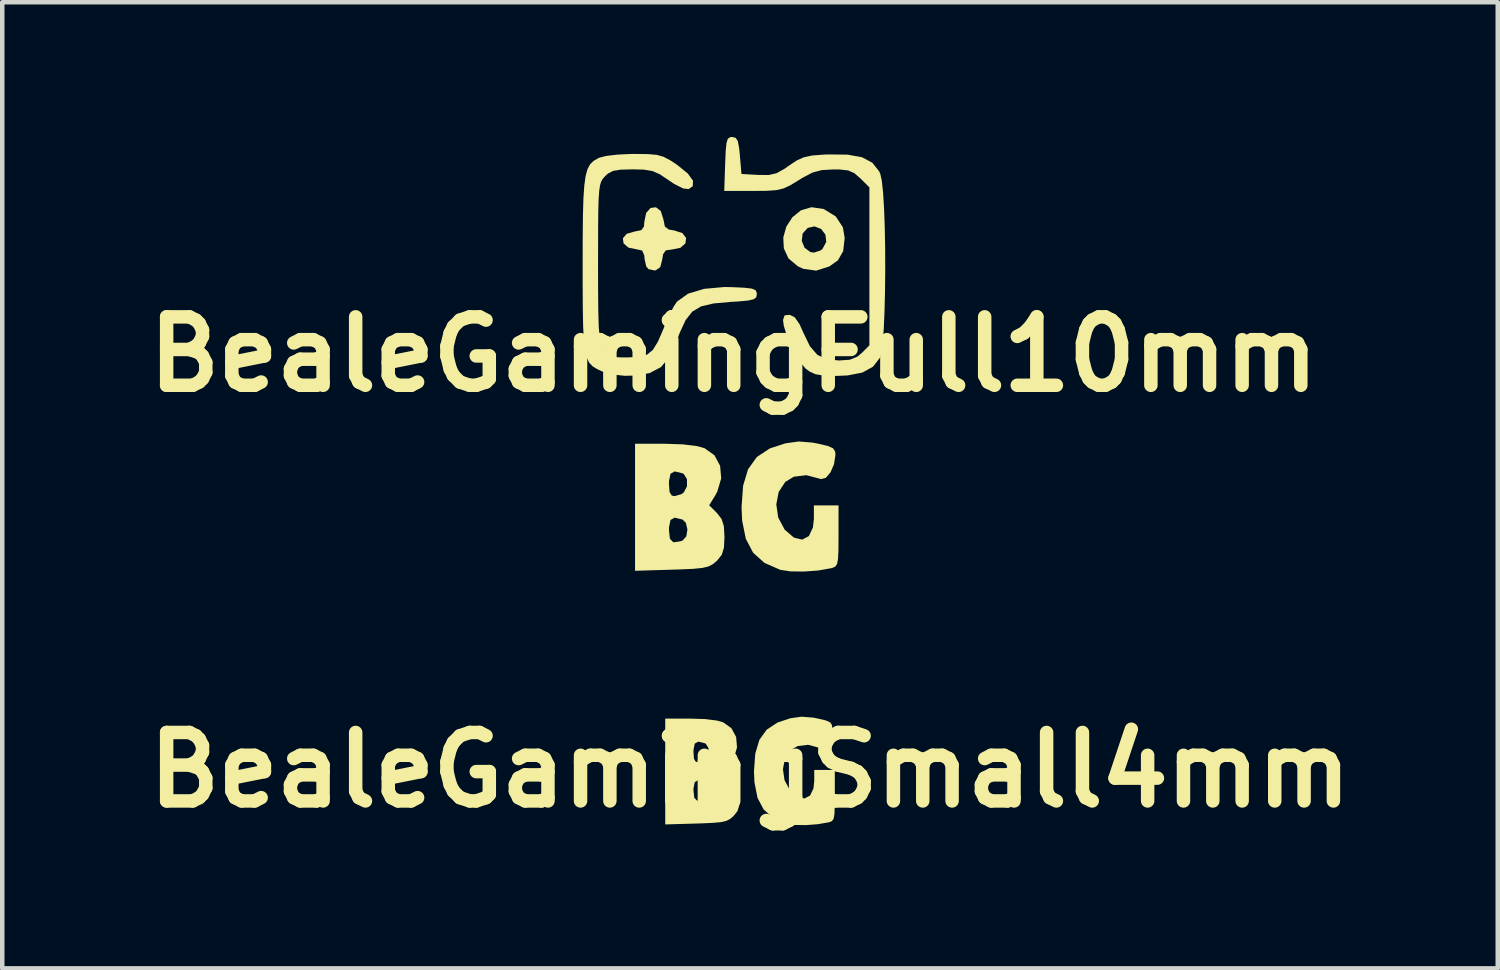
<source format=kicad_pcb>
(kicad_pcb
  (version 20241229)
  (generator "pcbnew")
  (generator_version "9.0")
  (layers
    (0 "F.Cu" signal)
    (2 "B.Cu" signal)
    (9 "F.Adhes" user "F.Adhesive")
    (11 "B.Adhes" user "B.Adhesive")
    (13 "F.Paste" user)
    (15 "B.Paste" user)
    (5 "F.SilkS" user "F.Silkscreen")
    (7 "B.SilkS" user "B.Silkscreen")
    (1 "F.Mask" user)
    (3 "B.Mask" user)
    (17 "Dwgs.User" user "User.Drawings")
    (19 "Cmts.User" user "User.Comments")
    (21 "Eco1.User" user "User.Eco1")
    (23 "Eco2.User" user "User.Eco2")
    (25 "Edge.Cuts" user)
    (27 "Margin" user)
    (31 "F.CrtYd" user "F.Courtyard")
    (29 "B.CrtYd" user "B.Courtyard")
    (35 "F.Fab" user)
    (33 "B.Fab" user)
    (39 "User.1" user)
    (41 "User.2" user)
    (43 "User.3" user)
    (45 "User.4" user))
  (footprint "BealeGamingSmall4mm"
    (layer "F.Cu")
    (at 13.651 14.095)
    (property "Reference" "BealeGamingSmall4mm" (at 0 0 0) (layer "F.SilkS") (effects (font (size 1.524 1.524) (thickness 0.3))))
    (attr board_only exclude_from_pos_files exclude_from_bom)
    (fp_poly (pts (xy 1.404 -1.166) (xy 1.503 -1.147) (xy 1.688 -1.103) (xy 1.787 -1.059) (xy 1.825 -0.998) (xy 1.831 -0.937) (xy 1.804 -0.766) (xy 1.738 -0.613) (xy 1.651 -0.511) (xy 1.562 -0.488) (xy 1.555 -0.491) (xy 1.293 -0.56) (xy 1.059 -0.532) (xy 0.9 -0.437) (xy 0.777 -0.25) (xy 0.733 -0.017) (xy 0.768 0.226) (xy 0.884 0.444) (xy 0.892 0.453) (xy 1.059 0.598) (xy 1.213 0.635) (xy 1.337 0.57) (xy 1.413 0.41) (xy 1.43 0.246) (xy 1.43 0) (xy 1.888 0) (xy 1.888 0.566) (xy 1.886 0.825) (xy 1.879 0.991) (xy 1.86 1.088) (xy 1.826 1.137) (xy 1.771 1.161) (xy 1.757 1.165) (xy 1.515 1.207) (xy 1.246 1.228) (xy 0.995 1.225) (xy 0.809 1.196) (xy 0.808 1.196) (xy 0.515 1.067) (xy 0.303 0.879) (xy 0.167 0.621) (xy 0.099 0.28) (xy 0.088 0.029) (xy 0.117 -0.365) (xy 0.208 -0.67) (xy 0.371 -0.897) (xy 0.611 -1.056) (xy 0.901 -1.152) (xy 1.147 -1.186)) (stroke (width 0) (type solid)) (fill yes) (layer "F.SilkS"))
    (fp_poly (pts (xy -0.999 -1.133) (xy -0.735 -1.1) (xy -0.598 -1.061) (xy -0.414 -0.929) (xy -0.309 -0.734) (xy -0.29 -0.501) (xy -0.362 -0.255) (xy -0.399 -0.187) (xy -0.512 -0.002) (xy -0.37 0.139) (xy -0.282 0.252) (xy -0.24 0.388) (xy -0.229 0.588) (xy -0.239 0.786) (xy -0.279 0.916) (xy -0.364 1.022) (xy -0.376 1.034) (xy -0.448 1.094) (xy -0.529 1.134) (xy -0.643 1.161) (xy -0.814 1.177) (xy -1.065 1.189) (xy -1.206 1.193) (xy -1.888 1.213) (xy -1.888 0.458) (xy -1.259 0.458) (xy -1.241 0.62) (xy -1.177 0.685) (xy -1.049 0.667) (xy -1.006 0.652) (xy -0.937 0.573) (xy -0.917 0.445) (xy -0.946 0.322) (xy -1.006 0.264) (xy -1.153 0.227) (xy -1.231 0.271) (xy -1.258 0.409) (xy -1.259 0.458) (xy -1.888 0.458) (xy -1.888 -0.4) (xy -1.259 -0.4) (xy -1.248 -0.249) (xy -1.207 -0.182) (xy -1.156 -0.172) (xy -1.029 -0.208) (xy -0.984 -0.24) (xy -0.924 -0.357) (xy -0.926 -0.489) (xy -0.985 -0.584) (xy -1.006 -0.595) (xy -1.153 -0.631) (xy -1.231 -0.587) (xy -1.258 -0.45) (xy -1.259 -0.4) (xy -1.888 -0.4) (xy -1.888 -1.144) (xy -1.343 -1.144)) (stroke (width 0) (type solid)) (fill yes) (layer "F.SilkS")))
  (footprint "BealeGamingFull10mm"
    (layer "F.Cu")
    (at 13.288 4.84)
    (property "Reference" "BealeGamingFull10mm" (at 0 0 0) (layer "F.SilkS") (effects (font (size 1.524 1.524) (thickness 0.3))))
    (attr board_only exclude_from_pos_files exclude_from_bom)
    (fp_poly (pts (xy -1.625 -3.193) (xy -1.566 -3.007) (xy -1.534 -2.848) (xy -1.447 -2.779) (xy -1.327 -2.759) (xy -1.142 -2.699) (xy -1.06 -2.59) (xy -1.077 -2.469) (xy -1.189 -2.371) (xy -1.377 -2.334) (xy -1.513 -2.315) (xy -1.573 -2.229) (xy -1.592 -2.111) (xy -1.635 -1.942) (xy -1.734 -1.872) (xy -1.759 -1.867) (xy -1.899 -1.897) (xy -1.948 -1.958) (xy -1.986 -2.126) (xy -1.991 -2.202) (xy -2.039 -2.311) (xy -2.145 -2.335) (xy -2.343 -2.375) (xy -2.453 -2.47) (xy -2.468 -2.584) (xy -2.382 -2.684) (xy -2.213 -2.733) (xy -2.058 -2.765) (xy -1.999 -2.845) (xy -1.991 -2.948) (xy -1.95 -3.148) (xy -1.852 -3.259) (xy -1.732 -3.275)) (stroke (width 0) (type solid)) (fill yes) (layer "F.SilkS"))
    (fp_poly (pts (xy 1.999 -3.236) (xy 2.007 -3.234) (xy 2.272 -3.07) (xy 2.43 -2.83) (xy 2.471 -2.591) (xy 2.437 -2.298) (xy 2.321 -2.094) (xy 2.129 -1.957) (xy 1.836 -1.864) (xy 1.552 -1.903) (xy 1.426 -1.961) (xy 1.219 -2.136) (xy 1.116 -2.359) (xy 1.107 -2.528) (xy 1.515 -2.528) (xy 1.577 -2.374) (xy 1.707 -2.277) (xy 1.785 -2.265) (xy 1.929 -2.311) (xy 1.977 -2.348) (xy 2.061 -2.505) (xy 2.042 -2.665) (xy 1.946 -2.792) (xy 1.798 -2.849) (xy 1.648 -2.815) (xy 1.535 -2.691) (xy 1.515 -2.528) (xy 1.107 -2.528) (xy 1.104 -2.603) (xy 1.171 -2.843) (xy 1.307 -3.053) (xy 1.497 -3.206) (xy 1.732 -3.276)) (stroke (width 0) (type solid)) (fill yes) (layer "F.SilkS"))
    (fp_poly (pts (xy 1.753 1.965) (xy 1.872 1.988) (xy 2.095 2.04) (xy 2.213 2.093) (xy 2.259 2.166) (xy 2.265 2.239) (xy 2.234 2.445) (xy 2.155 2.628) (xy 2.05 2.751) (xy 1.943 2.778) (xy 1.935 2.775) (xy 1.62 2.691) (xy 1.339 2.725) (xy 1.149 2.84) (xy 1.001 3.064) (xy 0.948 3.343) (xy 0.991 3.635) (xy 1.13 3.896) (xy 1.139 3.908) (xy 1.34 4.081) (xy 1.524 4.126) (xy 1.673 4.048) (xy 1.764 3.855) (xy 1.785 3.659) (xy 1.785 3.364) (xy 2.334 3.364) (xy 2.334 4.043) (xy 2.332 4.353) (xy 2.323 4.553) (xy 2.301 4.67) (xy 2.26 4.728) (xy 2.194 4.757) (xy 2.177 4.761) (xy 1.887 4.813) (xy 1.564 4.837) (xy 1.263 4.833) (xy 1.04 4.799) (xy 1.038 4.799) (xy 0.686 4.645) (xy 0.433 4.419) (xy 0.269 4.108) (xy 0.187 3.7) (xy 0.174 3.398) (xy 0.209 2.926) (xy 0.319 2.56) (xy 0.513 2.288) (xy 0.802 2.096) (xy 1.15 1.982) (xy 1.445 1.941)) (stroke (width 0) (type solid)) (fill yes) (layer "F.SilkS"))
    (fp_poly (pts (xy -1.13 2.005) (xy -0.813 2.044) (xy -0.65 2.09) (xy -0.428 2.249) (xy -0.303 2.483) (xy -0.279 2.763) (xy -0.366 3.058) (xy -0.41 3.139) (xy -0.546 3.361) (xy -0.376 3.531) (xy -0.27 3.666) (xy -0.219 3.829) (xy -0.206 4.07) (xy -0.218 4.307) (xy -0.266 4.463) (xy -0.368 4.591) (xy -0.383 4.605) (xy -0.469 4.676) (xy -0.567 4.725) (xy -0.703 4.757) (xy -0.908 4.777) (xy -1.21 4.79) (xy -1.378 4.795) (xy -2.197 4.82) (xy -2.197 3.913) (xy -1.442 3.913) (xy -1.421 4.108) (xy -1.344 4.186) (xy -1.19 4.164) (xy -1.138 4.146) (xy -1.055 4.052) (xy -1.031 3.898) (xy -1.066 3.751) (xy -1.138 3.68) (xy -1.314 3.636) (xy -1.408 3.689) (xy -1.441 3.854) (xy -1.442 3.913) (xy -2.197 3.913) (xy -2.197 2.883) (xy -1.442 2.883) (xy -1.429 3.065) (xy -1.38 3.145) (xy -1.318 3.158) (xy -1.166 3.114) (xy -1.112 3.075) (xy -1.04 2.936) (xy -1.042 2.777) (xy -1.114 2.663) (xy -1.138 2.65) (xy -1.314 2.607) (xy -1.408 2.659) (xy -1.441 2.824) (xy -1.442 2.883) (xy -2.197 2.883) (xy -2.197 1.991) (xy -1.542 1.991)) (stroke (width 0) (type solid)) (fill yes) (layer "F.SilkS"))
    (fp_poly (pts (xy 0.044 -4.821) (xy 0.092 -4.746) (xy 0.122 -4.583) (xy 0.137 -4.428) (xy 0.172 -4.016) (xy 0.543 -3.995) (xy 0.778 -3.993) (xy 0.954 -4.033) (xy 1.136 -4.135) (xy 1.229 -4.201) (xy 1.405 -4.318) (xy 1.564 -4.389) (xy 1.752 -4.428) (xy 2.018 -4.448) (xy 2.098 -4.451) (xy 2.533 -4.447) (xy 2.857 -4.388) (xy 3.086 -4.267) (xy 3.236 -4.078) (xy 3.263 -4.021) (xy 3.298 -3.866) (xy 3.326 -3.6) (xy 3.348 -3.246) (xy 3.363 -2.827) (xy 3.372 -2.367) (xy 3.374 -1.888) (xy 3.369 -1.413) (xy 3.358 -0.966) (xy 3.341 -0.569) (xy 3.317 -0.246) (xy 3.286 -0.021) (xy 3.26 0.071) (xy 3.102 0.275) (xy 2.867 0.405) (xy 2.536 0.47) (xy 2.274 0.481) (xy 2.002 0.473) (xy 1.82 0.443) (xy 1.684 0.38) (xy 1.595 0.312) (xy 1.456 0.145) (xy 1.314 -0.104) (xy 1.192 -0.382) (xy 1.114 -0.639) (xy 1.098 -0.766) (xy 1.134 -0.869) (xy 1.249 -0.88) (xy 1.361 -0.822) (xy 1.467 -0.669) (xy 1.549 -0.485) (xy 1.698 -0.178) (xy 1.865 0.013) (xy 2.077 0.111) (xy 2.345 0.137) (xy 2.586 0.12) (xy 2.751 0.053) (xy 2.852 -0.031) (xy 3.021 -0.2) (xy 3.021 -3.718) (xy 2.82 -3.918) (xy 2.685 -4.035) (xy 2.548 -4.095) (xy 2.354 -4.116) (xy 2.219 -4.117) (xy 1.963 -4.103) (xy 1.756 -4.048) (xy 1.534 -3.932) (xy 1.445 -3.877) (xy 1.26 -3.764) (xy 1.109 -3.694) (xy 0.948 -3.656) (xy 0.736 -3.641) (xy 0.43 -3.638) (xy -0.211 -3.638) (xy -0.191 -4.239) (xy -0.179 -4.528) (xy -0.161 -4.706) (xy -0.131 -4.8) (xy -0.081 -4.835) (xy -0.034 -4.84)) (stroke (width 0) (type solid)) (fill yes) (layer "F.SilkS"))
    (fp_poly (pts (xy -1.917 -4.459) (xy -1.715 -4.442) (xy -1.562 -4.399) (xy -1.411 -4.319) (xy -1.253 -4.214) (xy -1.022 -4.026) (xy -0.907 -3.867) (xy -0.912 -3.745) (xy -1.003 -3.679) (xy -1.128 -3.694) (xy -1.325 -3.794) (xy -1.45 -3.878) (xy -1.647 -4.01) (xy -1.812 -4.082) (xy -2.002 -4.113) (xy -2.254 -4.119) (xy -2.517 -4.112) (xy -2.686 -4.085) (xy -2.801 -4.025) (xy -2.871 -3.96) (xy -2.917 -3.907) (xy -2.952 -3.846) (xy -2.978 -3.759) (xy -2.996 -3.63) (xy -3.009 -3.441) (xy -3.016 -3.176) (xy -3.019 -2.817) (xy -3.02 -2.348) (xy -3.021 -2.019) (xy -3.02 -1.429) (xy -3.016 -0.963) (xy -3.005 -0.605) (xy -2.981 -0.341) (xy -2.94 -0.157) (xy -2.877 -0.038) (xy -2.789 0.029) (xy -2.671 0.06) (xy -2.519 0.068) (xy -2.375 0.069) (xy -2.12 0.058) (xy -1.938 0.011) (xy -1.803 -0.095) (xy -1.687 -0.284) (xy -1.56 -0.578) (xy -1.545 -0.618) (xy -1.44 -0.86) (xy -1.337 -1.064) (xy -1.262 -1.175) (xy -1.017 -1.35) (xy -0.661 -1.458) (xy -0.207 -1.499) (xy -0.033 -1.496) (xy 0.241 -1.483) (xy 0.405 -1.463) (xy 0.486 -1.428) (xy 0.513 -1.37) (xy 0.515 -1.339) (xy 0.502 -1.271) (xy 0.446 -1.227) (xy 0.32 -1.198) (xy 0.097 -1.177) (xy -0.069 -1.167) (xy -0.45 -1.133) (xy -0.725 -1.068) (xy -0.923 -0.951) (xy -1.073 -0.759) (xy -1.206 -0.471) (xy -1.274 -0.285) (xy -1.427 0.054) (xy -1.617 0.282) (xy -1.87 0.416) (xy -2.211 0.473) (xy -2.428 0.478) (xy -2.672 0.452) (xy -2.899 0.393) (xy -2.926 0.382) (xy -3.048 0.326) (xy -3.144 0.265) (xy -3.219 0.185) (xy -3.274 0.069) (xy -3.314 -0.097) (xy -3.339 -0.33) (xy -3.354 -0.644) (xy -3.361 -1.054) (xy -3.364 -1.577) (xy -3.364 -1.975) (xy -3.363 -2.59) (xy -3.358 -3.083) (xy -3.347 -3.468) (xy -3.327 -3.761) (xy -3.297 -3.976) (xy -3.254 -4.129) (xy -3.195 -4.235) (xy -3.118 -4.309) (xy -3.021 -4.365) (xy -2.988 -4.38) (xy -2.837 -4.418) (xy -2.594 -4.447) (xy -2.304 -4.461) (xy -2.211 -4.462)) (stroke (width 0) (type solid)) (fill yes) (layer "F.SilkS")))
  (gr_rect
    (start -3 -3)
    (end 30.301 18.513)
    (stroke (width 0.1) (type default))
    (fill no)
    (layer "Edge.Cuts")))
</source>
